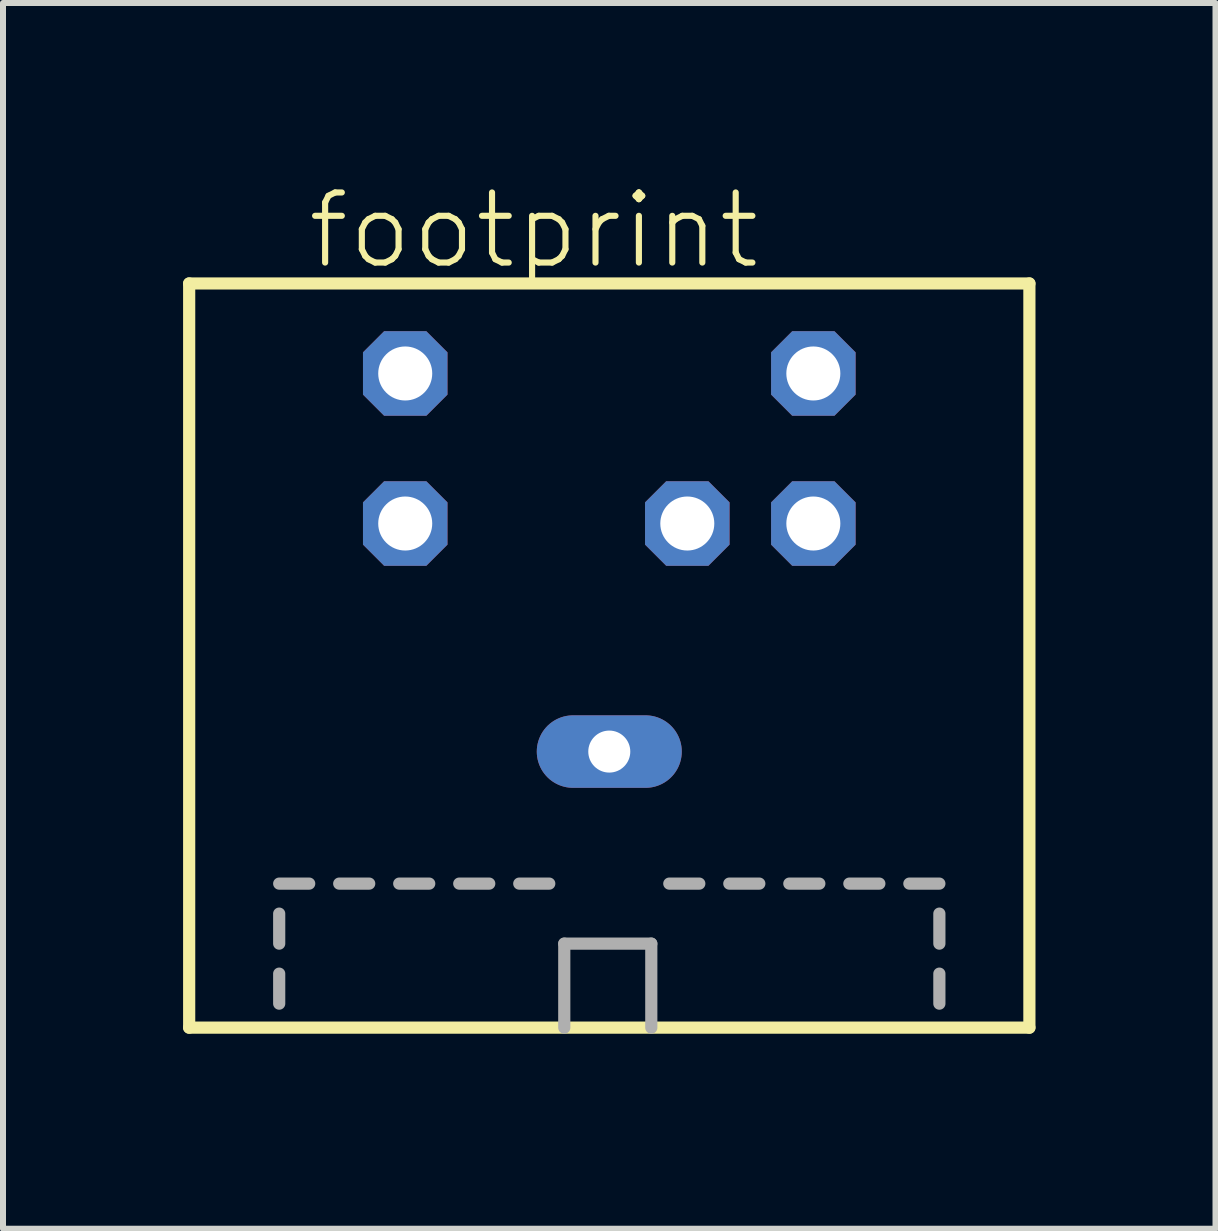
<source format=kicad_pcb>
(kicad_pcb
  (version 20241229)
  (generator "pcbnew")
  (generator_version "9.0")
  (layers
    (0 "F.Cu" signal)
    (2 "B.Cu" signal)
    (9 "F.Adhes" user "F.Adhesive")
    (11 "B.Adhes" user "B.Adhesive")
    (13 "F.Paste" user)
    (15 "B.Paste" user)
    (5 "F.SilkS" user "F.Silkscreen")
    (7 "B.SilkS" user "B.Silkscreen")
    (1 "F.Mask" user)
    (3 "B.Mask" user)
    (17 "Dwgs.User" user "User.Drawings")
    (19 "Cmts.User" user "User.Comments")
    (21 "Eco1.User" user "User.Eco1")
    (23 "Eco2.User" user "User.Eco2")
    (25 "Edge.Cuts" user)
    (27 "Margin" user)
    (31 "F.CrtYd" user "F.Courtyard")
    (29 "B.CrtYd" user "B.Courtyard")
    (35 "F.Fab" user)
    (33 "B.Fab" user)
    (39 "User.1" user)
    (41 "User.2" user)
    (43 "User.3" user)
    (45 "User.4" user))
  (footprint "footprint"
    (layer "F.Cu")
    (at 7.102 14.173)
    (property "Reference" "footprint" (at -5.08 -12.7 0) (layer "F.SilkS") (effects (font (size 1.168 1.168) (thickness 0.102)) (justify left bottom)))
    (fp_line (start -7 -12.5) (end -7 -0.1) (stroke (width 0.203) (type solid)) (layer "F.SilkS"))
    (fp_line (start -7 -0.1) (end 7 -0.1) (stroke (width 0.203) (type solid)) (layer "F.SilkS"))
    (fp_line (start 7 -12.5) (end -7 -12.5) (stroke (width 0.203) (type solid)) (layer "F.SilkS"))
    (fp_line (start 7 -0.1) (end 7 -12.5) (stroke (width 0.203) (type solid)) (layer "F.SilkS"))
    (fp_line (start -5.5 -2.5) (end -5 -2.5) (stroke (width 0.203) (type solid)) (layer "F.Fab"))
    (fp_line (start -5.5 -1.5) (end -5.5 -2) (stroke (width 0.203) (type solid)) (layer "F.Fab"))
    (fp_line (start -5.5 -0.5) (end -5.5 -1) (stroke (width 0.203) (type solid)) (layer "F.Fab"))
    (fp_line (start -4.5 -2.5) (end -4 -2.5) (stroke (width 0.203) (type solid)) (layer "F.Fab"))
    (fp_line (start -3.5 -2.5) (end -3 -2.5) (stroke (width 0.203) (type solid)) (layer "F.Fab"))
    (fp_line (start -2.5 -2.5) (end -2 -2.5) (stroke (width 0.203) (type solid)) (layer "F.Fab"))
    (fp_line (start -1.5 -2.5) (end -1 -2.5) (stroke (width 0.203) (type solid)) (layer "F.Fab"))
    (fp_line (start -0.75 -1.5) (end 0.7 -1.5) (stroke (width 0.203) (type solid)) (layer "F.Fab"))
    (fp_line (start -0.75 -0.1) (end -0.75 -1.5) (stroke (width 0.203) (type solid)) (layer "F.Fab"))
    (fp_line (start 0.7 -1.5) (end 0.7 -0.1) (stroke (width 0.203) (type solid)) (layer "F.Fab"))
    (fp_line (start 1 -2.5) (end 1.5 -2.5) (stroke (width 0.203) (type solid)) (layer "F.Fab"))
    (fp_line (start 2 -2.5) (end 2.5 -2.5) (stroke (width 0.203) (type solid)) (layer "F.Fab"))
    (fp_line (start 3 -2.5) (end 3.5 -2.5) (stroke (width 0.203) (type solid)) (layer "F.Fab"))
    (fp_line (start 4 -2.5) (end 4.5 -2.5) (stroke (width 0.203) (type solid)) (layer "F.Fab"))
    (fp_line (start 5 -2.5) (end 5.5 -2.5) (stroke (width 0.203) (type solid)) (layer "F.Fab"))
    (fp_line (start 5.5 -1.5) (end 5.5 -2) (stroke (width 0.203) (type solid)) (layer "F.Fab"))
    (fp_line (start 5.5 -0.5) (end 5.5 -1) (stroke (width 0.203) (type solid)) (layer "F.Fab"))
    (pad "1" thru_hole roundrect (at 1.3 -8.5) (size 1.408 1.408) (drill 0.9) (layers "*.Cu" "*.Mask") (roundrect_rratio 0.25) (chamfer_ratio 0.25) (chamfer top_left top_right bottom_left bottom_right))
    (pad "2" thru_hole roundrect (at 3.4 -8.5) (size 1.408 1.408) (drill 0.9) (layers "*.Cu" "*.Mask") (roundrect_rratio 0.25) (chamfer_ratio 0.25) (chamfer top_left top_right bottom_left bottom_right))
    (pad "3" thru_hole roundrect (at -3.4 -8.5) (size 1.408 1.408) (drill 0.9) (layers "*.Cu" "*.Mask") (roundrect_rratio 0.25) (chamfer_ratio 0.25) (chamfer top_left top_right bottom_left bottom_right))
    (pad "4" thru_hole roundrect (at 3.4 -11) (size 1.408 1.408) (drill 0.9) (layers "*.Cu" "*.Mask") (roundrect_rratio 0.25) (chamfer_ratio 0.25) (chamfer top_left top_right bottom_left bottom_right))
    (pad "5" thru_hole roundrect (at -3.4 -11) (size 1.408 1.408) (drill 0.9) (layers "*.Cu" "*.Mask") (roundrect_rratio 0.25) (chamfer_ratio 0.25) (chamfer top_left top_right bottom_left bottom_right))
    (pad "M" thru_hole oval (at 0 -4.7) (size 2.416 1.208) (drill 0.7) (layers "*.Cu" "*.Mask")))
  (gr_rect
    (start -3 -3)
    (end 17.203 17.423)
    (stroke (width 0.1) (type default))
    (fill no)
    (layer "Edge.Cuts")))
</source>
